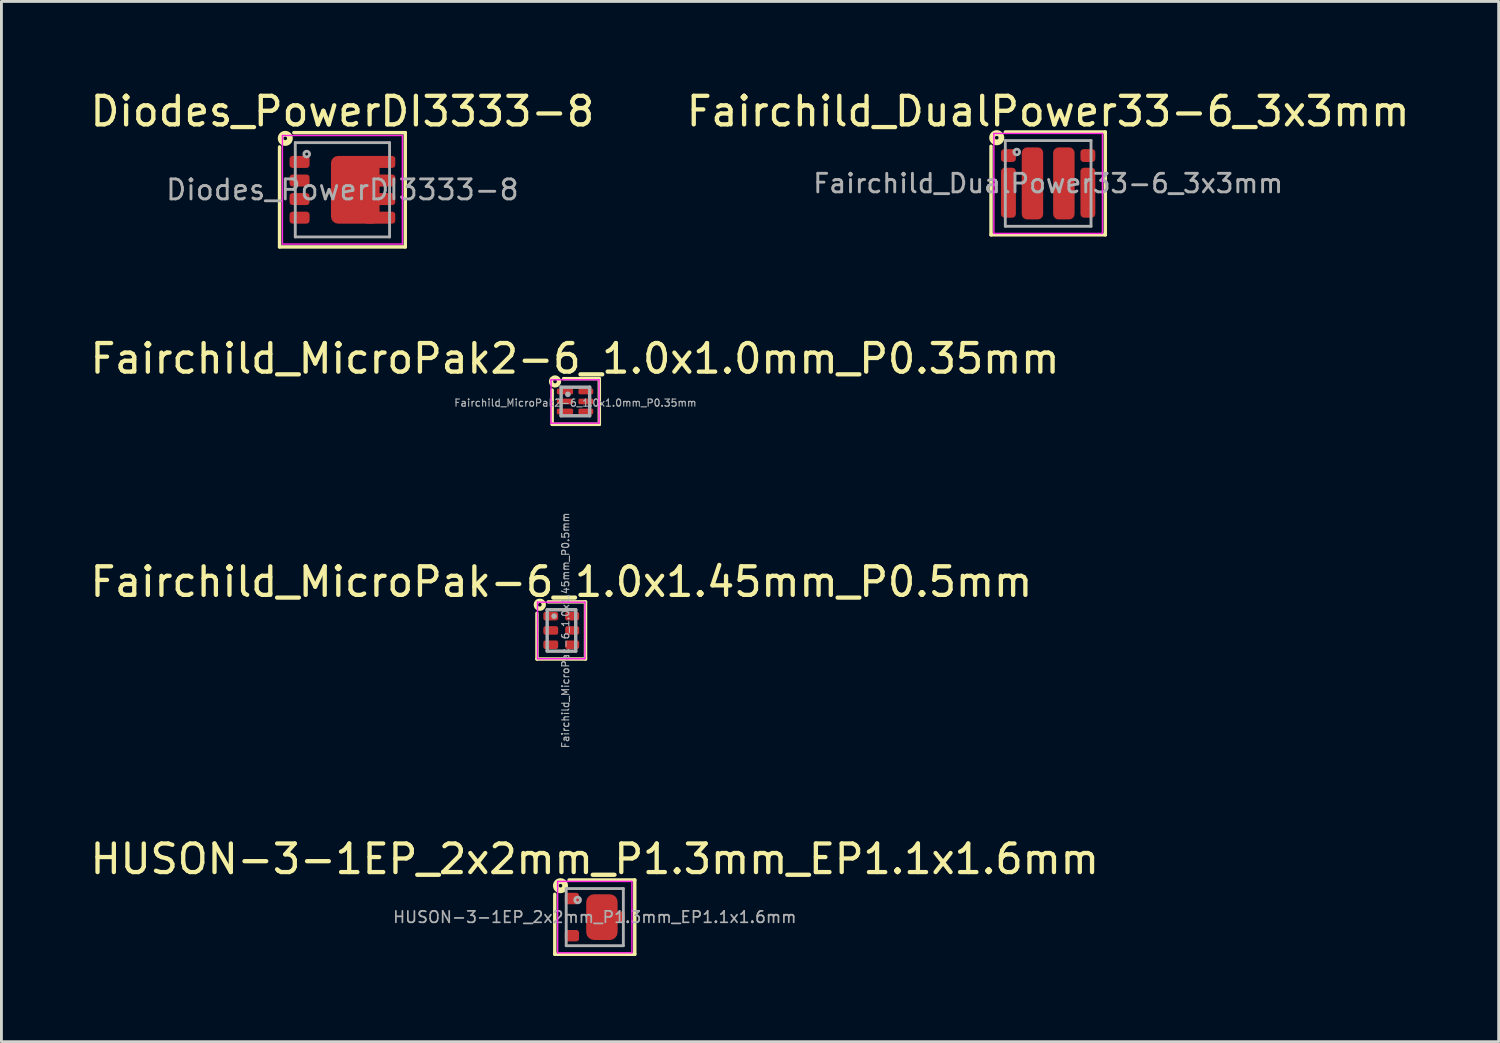
<source format=kicad_pcb>
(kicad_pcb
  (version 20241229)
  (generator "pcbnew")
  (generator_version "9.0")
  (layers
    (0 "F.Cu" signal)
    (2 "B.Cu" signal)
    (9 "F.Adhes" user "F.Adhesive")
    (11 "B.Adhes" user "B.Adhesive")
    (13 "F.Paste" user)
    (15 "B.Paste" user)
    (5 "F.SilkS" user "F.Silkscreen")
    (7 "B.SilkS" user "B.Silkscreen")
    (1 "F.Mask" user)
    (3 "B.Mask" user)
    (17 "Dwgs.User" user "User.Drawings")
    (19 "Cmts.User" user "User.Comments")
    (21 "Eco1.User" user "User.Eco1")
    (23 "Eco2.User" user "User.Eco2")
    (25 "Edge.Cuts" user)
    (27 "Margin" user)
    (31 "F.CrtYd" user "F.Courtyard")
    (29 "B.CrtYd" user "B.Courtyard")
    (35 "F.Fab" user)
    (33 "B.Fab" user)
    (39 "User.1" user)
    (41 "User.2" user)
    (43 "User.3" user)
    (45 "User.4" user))
  (footprint "Diodes_PowerDI3333-8"
    (layer "F.Cu")
    (at 8.935 3.593)
    (property "Reference" "Diodes_PowerDI3333-8" (at 0 -2.745 0) (layer "F.SilkS") (effects (font (size 1 1) (thickness 0.15))))
    (attr smd)
    (fp_line (start -2.2 2) (end -2.2 -1.5) (stroke (width 0.12) (type solid)) (layer "F.SilkS"))
    (fp_line (start -1.7 -2) (end 2.2 -2) (stroke (width 0.12) (type solid)) (layer "F.SilkS"))
    (fp_line (start 2.2 -2) (end 2.2 2) (stroke (width 0.12) (type solid)) (layer "F.SilkS"))
    (fp_line (start 2.2 2) (end -2.2 2) (stroke (width 0.12) (type solid)) (layer "F.SilkS"))
    (fp_circle (center -2 -1.8) (end -1.937 -1.8) (stroke (width 0.2) (type solid)) (fill no) (layer "F.SilkS"))
    (fp_line (start -2.1 -1.9) (end -2.1 1.9) (stroke (width 0.05) (type solid)) (layer "F.CrtYd"))
    (fp_line (start -2.1 1.9) (end 2.1 1.9) (stroke (width 0.05) (type solid)) (layer "F.CrtYd"))
    (fp_line (start 2.1 -1.9) (end -2.1 -1.9) (stroke (width 0.05) (type solid)) (layer "F.CrtYd"))
    (fp_line (start 2.1 1.9) (end 2.1 -1.9) (stroke (width 0.05) (type solid)) (layer "F.CrtYd"))
    (fp_line (start -1.65 -1.65) (end -1.65 1.65) (stroke (width 0.1) (type solid)) (layer "F.Fab"))
    (fp_line (start -1.65 1.65) (end 1.65 1.65) (stroke (width 0.1) (type solid)) (layer "F.Fab"))
    (fp_line (start 1.65 -1.65) (end -1.65 -1.65) (stroke (width 0.1) (type solid)) (layer "F.Fab"))
    (fp_line (start 1.65 1.65) (end 1.65 -1.65) (stroke (width 0.1) (type solid)) (layer "F.Fab"))
    (fp_circle (center -1.25 -1.25) (end -1.15 -1.25) (stroke (width 0.1) (type solid)) (fill no) (layer "F.Fab"))
    (fp_text user "${REFERENCE}" (at 0 0 0) (layer "F.Fab") (effects (font (size 0.7 0.7) (thickness 0.1))))
    (pad "" smd roundrect (at 0.02 -0.565) (size 0.6 1) (layers "F.Paste") (roundrect_rratio 0.25))
    (pad "" smd roundrect (at 0.02 0.565) (size 0.6 1) (layers "F.Paste") (roundrect_rratio 0.25))
    (pad "" smd roundrect (at 0.73 -0.565) (size 0.6 1) (layers "F.Paste") (roundrect_rratio 0.25))
    (pad "" smd roundrect (at 0.73 0.565) (size 0.6 1) (layers "F.Paste") (roundrect_rratio 0.25))
    (pad "" smd roundrect (at 1.5 -0.975) (size 0.6 0.3) (layers "F.Paste") (roundrect_rratio 0.25))
    (pad "" smd roundrect (at 1.5 -0.325) (size 0.6 0.3) (layers "F.Paste") (roundrect_rratio 0.25))
    (pad "" smd roundrect (at 1.5 0.325) (size 0.6 0.3) (layers "F.Paste") (roundrect_rratio 0.25))
    (pad "" smd roundrect (at 1.5 0.975) (size 0.6 0.3) (layers "F.Paste") (roundrect_rratio 0.25))
    (pad "1" smd roundrect (at -1.5 -0.975) (size 0.7 0.42) (layers "F.Cu" "F.Mask" "F.Paste") (roundrect_rratio 0.25))
    (pad "2" smd roundrect (at -1.5 -0.325) (size 0.7 0.42) (layers "F.Cu" "F.Mask" "F.Paste") (roundrect_rratio 0.25))
    (pad "3" smd roundrect (at -1.5 0.325) (size 0.7 0.42) (layers "F.Cu" "F.Mask" "F.Paste") (roundrect_rratio 0.25))
    (pad "4" smd roundrect (at -1.5 0.975) (size 0.7 0.42) (layers "F.Cu" "F.Mask" "F.Paste") (roundrect_rratio 0.25))
    (pad "5" smd roundrect (at 0.45 0) (size 1.7 2.37) (layers "F.Cu" "F.Mask") (roundrect_rratio 0.147))
    (pad "5" smd roundrect (at 1.312 0.975) (size 1.075 0.42) (layers "F.Cu" "F.Mask") (roundrect_rratio 0.25))
    (pad "5" smd roundrect (at 1.325 -0.975) (size 1.05 0.42) (layers "F.Cu" "F.Mask") (roundrect_rratio 0.25))
    (pad "5" smd roundrect (at 1.387 -0.325) (size 0.925 0.42) (layers "F.Cu" "F.Mask") (roundrect_rratio 0.25))
    (pad "5" smd roundrect (at 1.387 0.325) (size 0.925 0.42) (layers "F.Cu" "F.Mask") (roundrect_rratio 0.25)))
  (footprint "HUSON-3-1EP_2x2mm_P1.3mm_EP1.1x1.6mm"
    (layer "F.Cu")
    (at 17.768 29.05)
    (property "Reference" "HUSON-3-1EP_2x2mm_P1.3mm_EP1.1x1.6mm" (at 0 -2.032 0) (layer "F.SilkS") (effects (font (size 1 1) (thickness 0.15))))
    (attr smd)
    (fp_line (start -1.4 1.3) (end -1.4 -0.8) (stroke (width 0.12) (type solid)) (layer "F.SilkS"))
    (fp_line (start -0.9 -1.3) (end 1.4 -1.3) (stroke (width 0.12) (type solid)) (layer "F.SilkS"))
    (fp_line (start 1.4 -1.3) (end 1.4 1.3) (stroke (width 0.12) (type solid)) (layer "F.SilkS"))
    (fp_line (start 1.4 1.3) (end -1.4 1.3) (stroke (width 0.12) (type solid)) (layer "F.SilkS"))
    (fp_circle (center -1.2 -1.1) (end -1.137 -1.1) (stroke (width 0.2) (type solid)) (fill no) (layer "F.SilkS"))
    (fp_line (start -1.3 -1.25) (end 1.3 -1.25) (stroke (width 0.05) (type solid)) (layer "F.CrtYd"))
    (fp_line (start -1.3 1.25) (end -1.3 -1.25) (stroke (width 0.05) (type solid)) (layer "F.CrtYd"))
    (fp_line (start 1.3 -1.25) (end 1.3 1.25) (stroke (width 0.05) (type solid)) (layer "F.CrtYd"))
    (fp_line (start 1.3 1.25) (end -1.3 1.25) (stroke (width 0.05) (type solid)) (layer "F.CrtYd"))
    (fp_line (start -1 -1) (end 1 -1) (stroke (width 0.1) (type solid)) (layer "F.Fab"))
    (fp_line (start -1 1) (end -1 -1) (stroke (width 0.1) (type solid)) (layer "F.Fab"))
    (fp_line (start 1 -1) (end 1 1) (stroke (width 0.1) (type solid)) (layer "F.Fab"))
    (fp_line (start 1 1) (end -1 1) (stroke (width 0.1) (type solid)) (layer "F.Fab"))
    (fp_circle (center -0.6 -0.6) (end -0.5 -0.6) (stroke (width 0.1) (type solid)) (fill no) (layer "F.Fab"))
    (fp_text user "${REFERENCE}" (at 0 0 0) (layer "F.Fab") (effects (font (size 0.4 0.4) (thickness 0.06))))
    (pad "" smd roundrect (at 0.25 -0.4) (size 0.8 0.6) (layers "F.Paste") (roundrect_rratio 0.25))
    (pad "" smd roundrect (at 0.25 0.375) (size 0.8 0.6) (layers "F.Paste") (roundrect_rratio 0.25))
    (pad "" smd roundrect (at 0.875 0) (size 0.2 0.3) (layers "F.Paste") (roundrect_rratio 0.25))
    (pad "1" smd roundrect (at -0.8 -0.65) (size 0.5 0.4) (layers "F.Cu" "F.Mask" "F.Paste") (roundrect_rratio 0.25))
    (pad "2" smd roundrect (at -0.8 0.65) (size 0.5 0.4) (layers "F.Cu" "F.Mask" "F.Paste") (roundrect_rratio 0.25))
    (pad "3" smd roundrect (at 0.25 0) (size 1.1 1.6) (layers "F.Cu" "F.Mask") (roundrect_rratio 0.25))
    (pad "3" smd roundrect (at 0.875 0) (size 0.35 0.4) (layers "F.Cu" "F.Mask") (roundrect_rratio 0.25)))
  (footprint "Fairchild_MicroPak2-6_1.0x1.0mm_P0.35mm"
    (layer "F.Cu")
    (at 17.077 11.002)
    (property "Reference" "Fairchild_MicroPak2-6_1.0x1.0mm_P0.35mm" (at 0 -1.5 0) (layer "F.SilkS") (effects (font (size 1 1) (thickness 0.15))))
    (attr smd)
    (fp_line (start -0.8 0.8) (end -0.8 -0.4) (stroke (width 0.12) (type solid)) (layer "F.SilkS"))
    (fp_line (start -0.4 -0.8) (end 0.85 -0.8) (stroke (width 0.12) (type solid)) (layer "F.SilkS"))
    (fp_line (start 0.85 -0.8) (end 0.85 0.8) (stroke (width 0.12) (type solid)) (layer "F.SilkS"))
    (fp_line (start 0.85 0.8) (end -0.8 0.8) (stroke (width 0.12) (type solid)) (layer "F.SilkS"))
    (fp_circle (center -0.7 -0.7) (end -0.636 -0.7) (stroke (width 0.15) (type solid)) (fill no) (layer "F.SilkS"))
    (fp_line (start -0.84 -0.76) (end -0.84 0.76) (stroke (width 0.05) (type solid)) (layer "F.CrtYd"))
    (fp_line (start -0.84 -0.76) (end 0.84 -0.76) (stroke (width 0.05) (type solid)) (layer "F.CrtYd"))
    (fp_line (start 0.84 0.76) (end -0.84 0.76) (stroke (width 0.05) (type solid)) (layer "F.CrtYd"))
    (fp_line (start 0.84 0.76) (end 0.84 -0.76) (stroke (width 0.05) (type solid)) (layer "F.CrtYd"))
    (fp_line (start -0.487 -0.5) (end 0.512 -0.5) (stroke (width 0.12) (type solid)) (layer "F.Fab"))
    (fp_line (start -0.487 0.5) (end -0.487 -0.5) (stroke (width 0.12) (type solid)) (layer "F.Fab"))
    (fp_line (start 0.512 -0.5) (end 0.512 0.5) (stroke (width 0.12) (type solid)) (layer "F.Fab"))
    (fp_line (start 0.512 0.5) (end -0.487 0.5) (stroke (width 0.12) (type solid)) (layer "F.Fab"))
    (fp_circle (center -0.25 -0.25) (end -0.2 -0.25) (stroke (width 0.1) (type solid)) (fill no) (layer "F.Fab"))
    (fp_text user "${REFERENCE}" (at 0.013 0.05 180) (layer "F.Fab") (effects (font (size 0.25 0.25) (thickness 0.04))))
    (pad "1" smd roundrect (at -0.352 -0.35) (size 0.57 0.2) (layers "F.Cu" "F.Mask" "F.Paste") (roundrect_rratio 0.25))
    (pad "2" smd roundrect (at -0.352 0) (size 0.57 0.2) (layers "F.Cu" "F.Mask" "F.Paste") (roundrect_rratio 0.25))
    (pad "3" smd roundrect (at -0.352 0.35) (size 0.57 0.2) (layers "F.Cu" "F.Mask" "F.Paste") (roundrect_rratio 0.25))
    (pad "4" smd roundrect (at 0.378 0.35) (size 0.52 0.2) (layers "F.Cu" "F.Mask" "F.Paste") (roundrect_rratio 0.25))
    (pad "5" smd roundrect (at 0.378 0) (size 0.52 0.2) (layers "F.Cu" "F.Mask" "F.Paste") (roundrect_rratio 0.25))
    (pad "6" smd roundrect (at 0.378 -0.35) (size 0.52 0.2) (layers "F.Cu" "F.Mask" "F.Paste") (roundrect_rratio 0.25)))
  (footprint "Fairchild_DualPower33-6_3x3mm"
    (layer "F.Cu")
    (at 33.637 3.37)
    (property "Reference" "Fairchild_DualPower33-6_3x3mm" (at 0 -2.522 0) (layer "F.SilkS") (effects (font (size 1 1) (thickness 0.15))))
    (attr smd)
    (fp_line (start -2 1.8) (end -2 -1.3) (stroke (width 0.12) (type solid)) (layer "F.SilkS"))
    (fp_line (start -1.5 -1.8) (end 2 -1.8) (stroke (width 0.12) (type solid)) (layer "F.SilkS"))
    (fp_line (start 2 -1.8) (end 2 1.8) (stroke (width 0.12) (type solid)) (layer "F.SilkS"))
    (fp_line (start 2 1.8) (end -2 1.8) (stroke (width 0.12) (type solid)) (layer "F.SilkS"))
    (fp_circle (center -1.8 -1.6) (end -1.736 -1.6) (stroke (width 0.2) (type solid)) (fill no) (layer "F.SilkS"))
    (fp_line (start -1.9 -1.75) (end 1.9 -1.75) (stroke (width 0.05) (type solid)) (layer "F.CrtYd"))
    (fp_line (start -1.9 1.75) (end -1.9 -1.75) (stroke (width 0.05) (type solid)) (layer "F.CrtYd"))
    (fp_line (start 1.9 -1.75) (end 1.9 1.75) (stroke (width 0.05) (type solid)) (layer "F.CrtYd"))
    (fp_line (start 1.9 1.75) (end -1.9 1.75) (stroke (width 0.05) (type solid)) (layer "F.CrtYd"))
    (fp_line (start -1.5 -1.5) (end 1.5 -1.5) (stroke (width 0.1) (type solid)) (layer "F.Fab"))
    (fp_line (start -1.5 1.5) (end -1.5 -1.5) (stroke (width 0.1) (type solid)) (layer "F.Fab"))
    (fp_line (start 1.5 -1.5) (end 1.5 1.5) (stroke (width 0.1) (type solid)) (layer "F.Fab"))
    (fp_line (start 1.5 1.5) (end -1.5 1.5) (stroke (width 0.1) (type solid)) (layer "F.Fab"))
    (fp_circle (center -1.1 -1.1) (end -1 -1.1) (stroke (width 0.1) (type solid)) (fill no) (layer "F.Fab"))
    (fp_text user "${REFERENCE}" (at 0 0 0) (layer "F.Fab") (effects (font (size 0.65 0.65) (thickness 0.1))))
    (pad "" smd roundrect (at -1.39 -0.975) (size 0.35 0.35) (layers "F.Mask" "F.Paste") (roundrect_rratio 0.25))
    (pad "" smd roundrect (at -1.39 -0.325) (size 0.35 0.35) (layers "F.Mask" "F.Paste") (roundrect_rratio 0.25))
    (pad "" smd roundrect (at -1.39 0.325) (size 0.35 0.35) (layers "F.Mask" "F.Paste") (roundrect_rratio 0.25))
    (pad "" smd roundrect (at -1.39 0.975) (size 0.35 0.35) (layers "F.Mask" "F.Paste") (roundrect_rratio 0.25))
    (pad "" smd roundrect (at -0.55 -0.5) (size 0.65 0.8) (layers "F.Mask" "F.Paste") (roundrect_rratio 0.25))
    (pad "" smd roundrect (at -0.55 0.5) (size 0.65 0.8) (layers "F.Mask" "F.Paste") (roundrect_rratio 0.25))
    (pad "" smd roundrect (at 0.55 -0.5) (size 0.65 0.8) (layers "F.Mask" "F.Paste") (roundrect_rratio 0.25))
    (pad "" smd roundrect (at 0.55 0.5) (size 0.65 0.8) (layers "F.Mask" "F.Paste") (roundrect_rratio 0.25))
    (pad "" smd roundrect (at 1.39 -0.975) (size 0.35 0.35) (layers "F.Mask" "F.Paste") (roundrect_rratio 0.25))
    (pad "" smd roundrect (at 1.39 -0.325) (size 0.35 0.35) (layers "F.Mask" "F.Paste") (roundrect_rratio 0.25))
    (pad "" smd roundrect (at 1.39 0.325) (size 0.35 0.35) (layers "F.Mask" "F.Paste") (roundrect_rratio 0.25))
    (pad "" smd roundrect (at 1.39 0.975) (size 0.35 0.35) (layers "F.Mask" "F.Paste") (roundrect_rratio 0.25))
    (pad "1" smd roundrect (at -1.39 -0.975) (size 0.52 0.45) (layers "F.Cu" "F.Mask") (roundrect_rratio 0.25))
    (pad "2" smd roundrect (at -1.39 0.325) (size 0.52 1.75) (layers "F.Cu" "F.Mask") (roundrect_rratio 0.25))
    (pad "3" smd roundrect (at 1.39 0.325) (size 0.52 1.75) (layers "F.Cu" "F.Mask") (roundrect_rratio 0.25))
    (pad "4" smd roundrect (at 1.39 -0.975) (size 0.52 0.45) (layers "F.Cu" "F.Mask") (roundrect_rratio 0.25))
    (pad "5" smd roundrect (at -0.55 0) (size 0.75 2.52) (layers "F.Cu" "F.Mask") (roundrect_rratio 0.25))
    (pad "6" smd roundrect (at 0.55 0) (size 0.75 2.52) (layers "F.Cu" "F.Mask") (roundrect_rratio 0.25)))
  (footprint "Fairchild_MicroPak-6_1.0x1.45mm_P0.5mm"
    (layer "F.Cu")
    (at 16.594 19.016)
    (property "Reference" "Fairchild_MicroPak-6_1.0x1.45mm_P0.5mm" (at 0.007 -1.7 0) (layer "F.SilkS") (effects (font (size 1 1) (thickness 0.15))))
    (attr smd)
    (fp_line (start -0.85 1) (end -0.85 -0.6) (stroke (width 0.12) (type solid)) (layer "F.SilkS"))
    (fp_line (start -0.457 -1) (end 0.85 -1) (stroke (width 0.12) (type solid)) (layer "F.SilkS"))
    (fp_line (start 0.85 -1) (end 0.85 1) (stroke (width 0.12) (type solid)) (layer "F.SilkS"))
    (fp_line (start 0.85 1) (end -0.85 1) (stroke (width 0.12) (type solid)) (layer "F.SilkS"))
    (fp_circle (center -0.75 -0.9) (end -0.686 -0.9) (stroke (width 0.15) (type solid)) (fill no) (layer "F.SilkS"))
    (fp_line (start -0.83 -0.99) (end -0.83 0.99) (stroke (width 0.05) (type solid)) (layer "F.CrtYd"))
    (fp_line (start -0.83 -0.99) (end 0.83 -0.99) (stroke (width 0.05) (type solid)) (layer "F.CrtYd"))
    (fp_line (start 0.83 0.99) (end -0.83 0.99) (stroke (width 0.05) (type solid)) (layer "F.CrtYd"))
    (fp_line (start 0.83 0.99) (end 0.83 -0.99) (stroke (width 0.05) (type solid)) (layer "F.CrtYd"))
    (fp_line (start -0.492 0.715) (end -0.492 -0.72) (stroke (width 0.12) (type solid)) (layer "F.Fab"))
    (fp_line (start -0.49 -0.725) (end 0.507 -0.725) (stroke (width 0.12) (type solid)) (layer "F.Fab"))
    (fp_line (start 0.507 -0.725) (end 0.507 0.725) (stroke (width 0.12) (type solid)) (layer "F.Fab"))
    (fp_line (start 0.507 0.725) (end -0.492 0.725) (stroke (width 0.12) (type solid)) (layer "F.Fab"))
    (fp_circle (center -0.25 -0.5) (end -0.2 -0.5) (stroke (width 0.1) (type solid)) (fill no) (layer "F.Fab"))
    (fp_text user "${REFERENCE}" (at 0.15 0 90) (layer "F.Fab") (effects (font (size 0.25 0.25) (thickness 0.04))))
    (pad "1" smd roundrect (at -0.367 -0.5) (size 0.52 0.3) (layers "F.Cu" "F.Mask" "F.Paste") (roundrect_rratio 0.25))
    (pad "2" smd roundrect (at -0.367 0) (size 0.52 0.3) (layers "F.Cu" "F.Mask" "F.Paste") (roundrect_rratio 0.25))
    (pad "3" smd roundrect (at -0.367 0.5) (size 0.52 0.3) (layers "F.Cu" "F.Mask" "F.Paste") (roundrect_rratio 0.25))
    (pad "4" smd roundrect (at 0.383 0.5) (size 0.49 0.3) (layers "F.Cu" "F.Mask" "F.Paste") (roundrect_rratio 0.25))
    (pad "5" smd roundrect (at 0.383 0) (size 0.49 0.3) (layers "F.Cu" "F.Mask" "F.Paste") (roundrect_rratio 0.25))
    (pad "6" smd roundrect (at 0.383 -0.5) (size 0.49 0.3) (layers "F.Cu" "F.Mask" "F.Paste") (roundrect_rratio 0.25)))
  (gr_rect
    (start -3 -3)
    (end 49.405 33.41)
    (stroke (width 0.1) (type default))
    (fill no)
    (layer "Edge.Cuts")))
</source>
